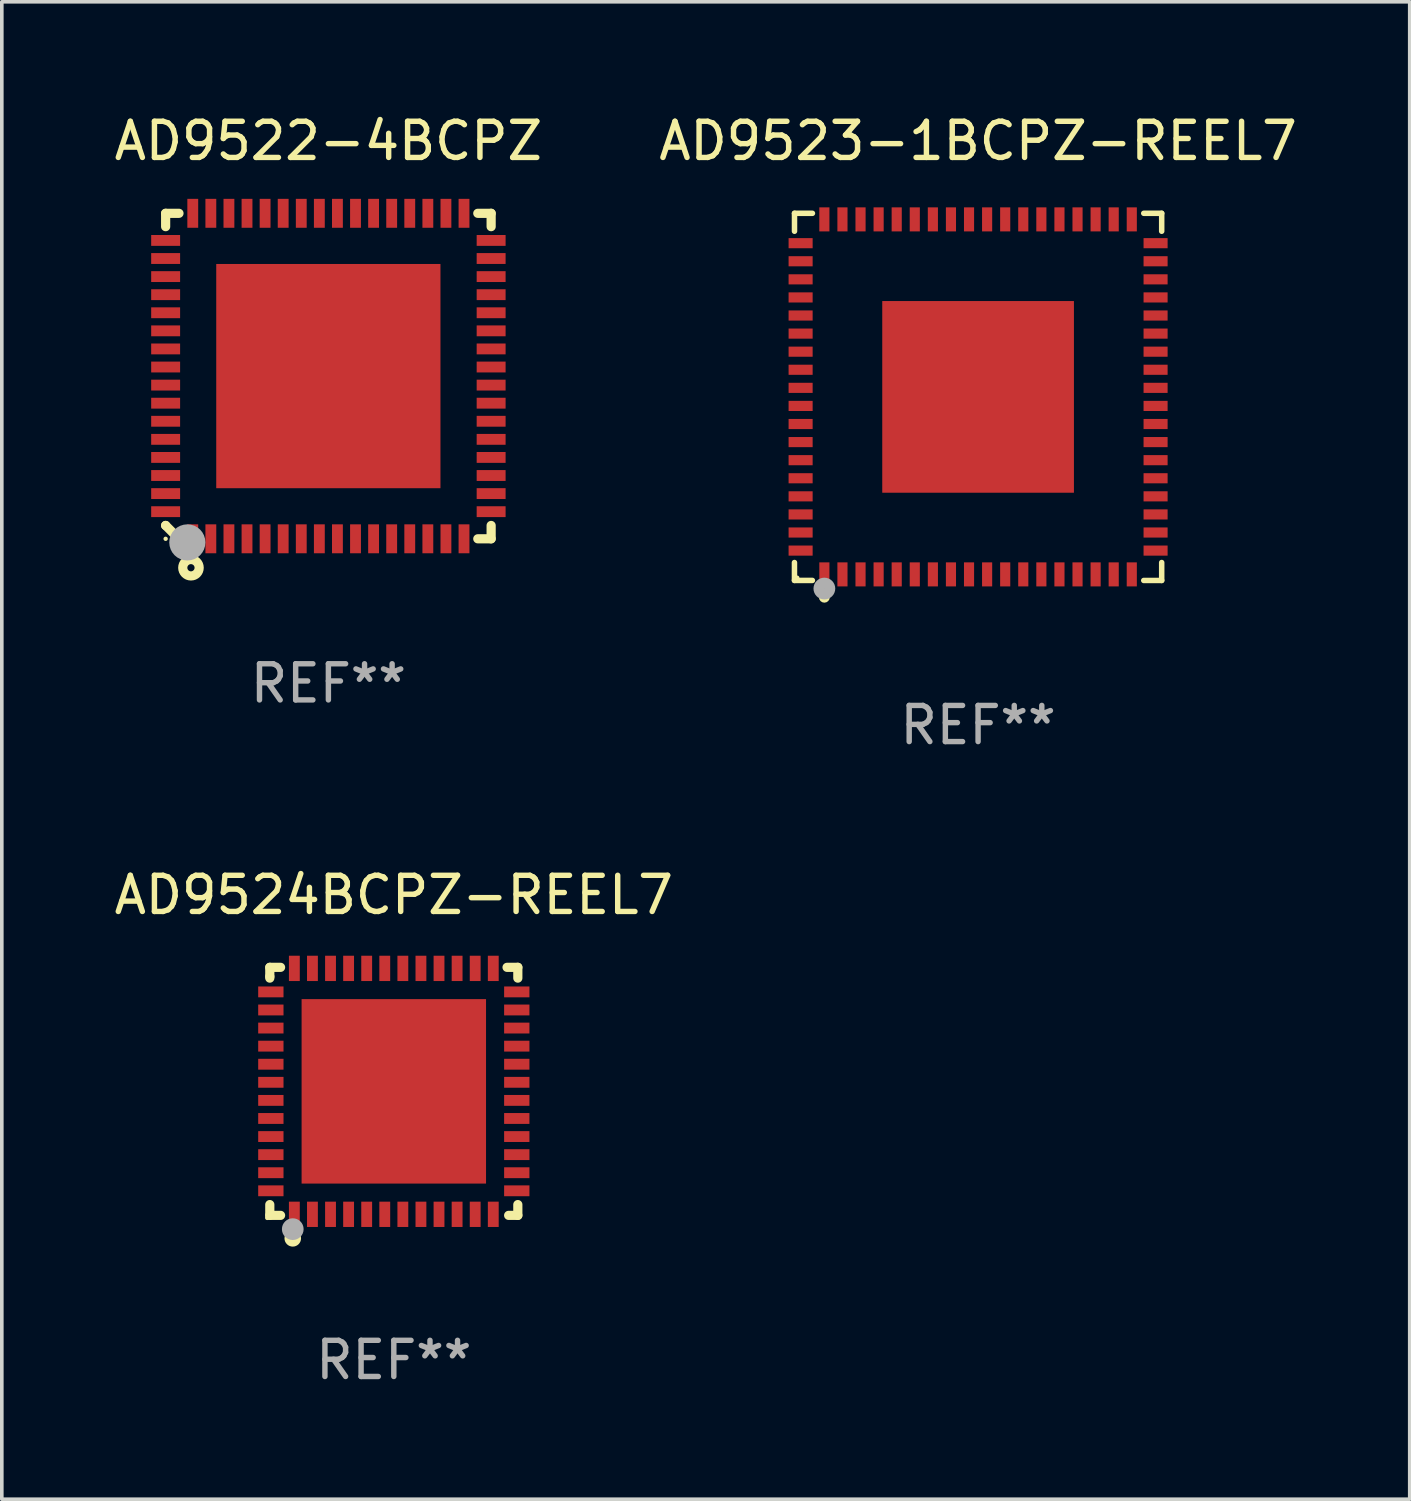
<source format=kicad_pcb>
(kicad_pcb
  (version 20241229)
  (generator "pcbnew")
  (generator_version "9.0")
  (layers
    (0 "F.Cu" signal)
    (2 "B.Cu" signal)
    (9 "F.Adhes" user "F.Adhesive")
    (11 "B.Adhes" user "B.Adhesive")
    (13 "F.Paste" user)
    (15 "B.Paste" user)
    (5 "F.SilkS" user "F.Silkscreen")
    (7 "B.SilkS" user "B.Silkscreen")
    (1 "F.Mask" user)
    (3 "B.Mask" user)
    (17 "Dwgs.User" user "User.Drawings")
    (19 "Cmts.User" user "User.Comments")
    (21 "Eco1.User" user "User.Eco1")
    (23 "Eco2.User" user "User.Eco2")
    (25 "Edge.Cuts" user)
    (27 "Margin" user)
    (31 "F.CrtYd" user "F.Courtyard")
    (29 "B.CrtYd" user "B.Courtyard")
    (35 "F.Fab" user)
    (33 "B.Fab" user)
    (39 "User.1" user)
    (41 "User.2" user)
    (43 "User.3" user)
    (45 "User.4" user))
  (footprint "AD9524BCPZ-REEL7"
    (layer "F.Cu")
    (at 7.839 27.126)
    (property "Reference" "AD9524BCPZ-REEL7" (at 0 -5.429 0) (layer "F.SilkS") (effects (font (size 1 1) (thickness 0.15))))
    (attr through_hole)
    (fp_line (start -3.429 -3.429) (end -3.429 -3.175) (stroke (width 0.254) (type solid)) (layer "F.SilkS"))
    (fp_line (start -3.429 -3.175) (end -3.429 -3.131) (stroke (width 0.254) (type solid)) (layer "F.SilkS"))
    (fp_line (start -3.429 3.131) (end -3.429 3.429) (stroke (width 0.254) (type solid)) (layer "F.SilkS"))
    (fp_line (start -3.429 3.429) (end -3.131 3.429) (stroke (width 0.254) (type solid)) (layer "F.SilkS"))
    (fp_line (start -3.131 -3.429) (end -3.429 -3.429) (stroke (width 0.254) (type solid)) (layer "F.SilkS"))
    (fp_line (start 3.131 -3.429) (end 3.429 -3.429) (stroke (width 0.254) (type solid)) (layer "F.SilkS"))
    (fp_line (start 3.429 -3.429) (end 3.429 -3.131) (stroke (width 0.254) (type solid)) (layer "F.SilkS"))
    (fp_line (start 3.429 3.131) (end 3.429 3.429) (stroke (width 0.254) (type solid)) (layer "F.SilkS"))
    (fp_line (start 3.429 3.429) (end 3.175 3.429) (stroke (width 0.254) (type solid)) (layer "F.SilkS"))
    (fp_circle (center -3.5 3.5) (end -3.47 3.5) (stroke (width 0.06) (type solid)) (fill no) (layer "F.SilkS"))
    (fp_circle (center -2.794 4.064) (end -2.667 4.064) (stroke (width 0.204) (type solid)) (fill no) (layer "F.SilkS"))
    (fp_circle (center -2.794 3.81) (end -2.644 3.81) (stroke (width 0.3) (type solid)) (fill no) (layer "F.Fab"))
    (fp_text user "REF**" (at 0 7.429 0) (layer "F.Fab") (effects (font (size 1 1) (thickness 0.15))))
    (pad "1" smd rect (at -2.75 3.4) (size 0.3 0.7) (layers "F.Cu" "F.Mask" "F.Paste"))
    (pad "2" smd rect (at -2.25 3.4) (size 0.3 0.7) (layers "F.Cu" "F.Mask" "F.Paste"))
    (pad "3" smd rect (at -1.75 3.4) (size 0.3 0.7) (layers "F.Cu" "F.Mask" "F.Paste"))
    (pad "4" smd rect (at -1.25 3.4) (size 0.3 0.7) (layers "F.Cu" "F.Mask" "F.Paste"))
    (pad "5" smd rect (at -0.75 3.4) (size 0.3 0.7) (layers "F.Cu" "F.Mask" "F.Paste"))
    (pad "6" smd rect (at -0.25 3.4) (size 0.3 0.7) (layers "F.Cu" "F.Mask" "F.Paste"))
    (pad "7" smd rect (at 0.25 3.4) (size 0.3 0.7) (layers "F.Cu" "F.Mask" "F.Paste"))
    (pad "8" smd rect (at 0.75 3.4) (size 0.3 0.7) (layers "F.Cu" "F.Mask" "F.Paste"))
    (pad "9" smd rect (at 1.25 3.4) (size 0.3 0.7) (layers "F.Cu" "F.Mask" "F.Paste"))
    (pad "10" smd rect (at 1.75 3.4) (size 0.3 0.7) (layers "F.Cu" "F.Mask" "F.Paste"))
    (pad "11" smd rect (at 2.25 3.4) (size 0.3 0.7) (layers "F.Cu" "F.Mask" "F.Paste"))
    (pad "12" smd rect (at 2.75 3.4) (size 0.3 0.7) (layers "F.Cu" "F.Mask" "F.Paste"))
    (pad "13" smd rect (at 3.4 2.75) (size 0.7 0.3) (layers "F.Cu" "F.Mask" "F.Paste"))
    (pad "14" smd rect (at 3.4 2.25) (size 0.7 0.3) (layers "F.Cu" "F.Mask" "F.Paste"))
    (pad "15" smd rect (at 3.4 1.75) (size 0.7 0.3) (layers "F.Cu" "F.Mask" "F.Paste"))
    (pad "16" smd rect (at 3.4 1.25) (size 0.7 0.3) (layers "F.Cu" "F.Mask" "F.Paste"))
    (pad "17" smd rect (at 3.4 0.75) (size 0.7 0.3) (layers "F.Cu" "F.Mask" "F.Paste"))
    (pad "18" smd rect (at 3.4 0.25) (size 0.7 0.3) (layers "F.Cu" "F.Mask" "F.Paste"))
    (pad "19" smd rect (at 3.4 -0.25) (size 0.7 0.3) (layers "F.Cu" "F.Mask" "F.Paste"))
    (pad "20" smd rect (at 3.4 -0.75) (size 0.7 0.3) (layers "F.Cu" "F.Mask" "F.Paste"))
    (pad "21" smd rect (at 3.4 -1.25) (size 0.7 0.3) (layers "F.Cu" "F.Mask" "F.Paste"))
    (pad "22" smd rect (at 3.4 -1.75) (size 0.7 0.3) (layers "F.Cu" "F.Mask" "F.Paste"))
    (pad "23" smd rect (at 3.4 -2.25) (size 0.7 0.3) (layers "F.Cu" "F.Mask" "F.Paste"))
    (pad "24" smd rect (at 3.4 -2.75) (size 0.7 0.3) (layers "F.Cu" "F.Mask" "F.Paste"))
    (pad "25" smd rect (at 2.75 -3.4) (size 0.3 0.7) (layers "F.Cu" "F.Mask" "F.Paste"))
    (pad "26" smd rect (at 2.25 -3.4) (size 0.3 0.7) (layers "F.Cu" "F.Mask" "F.Paste"))
    (pad "27" smd rect (at 1.75 -3.4) (size 0.3 0.7) (layers "F.Cu" "F.Mask" "F.Paste"))
    (pad "28" smd rect (at 1.25 -3.4) (size 0.3 0.7) (layers "F.Cu" "F.Mask" "F.Paste"))
    (pad "29" smd rect (at 0.75 -3.4) (size 0.3 0.7) (layers "F.Cu" "F.Mask" "F.Paste"))
    (pad "30" smd rect (at 0.25 -3.4) (size 0.3 0.7) (layers "F.Cu" "F.Mask" "F.Paste"))
    (pad "31" smd rect (at -0.25 -3.4) (size 0.3 0.7) (layers "F.Cu" "F.Mask" "F.Paste"))
    (pad "32" smd rect (at -0.75 -3.4) (size 0.3 0.7) (layers "F.Cu" "F.Mask" "F.Paste"))
    (pad "33" smd rect (at -1.25 -3.4) (size 0.3 0.7) (layers "F.Cu" "F.Mask" "F.Paste"))
    (pad "34" smd rect (at -1.75 -3.4) (size 0.3 0.7) (layers "F.Cu" "F.Mask" "F.Paste"))
    (pad "35" smd rect (at -2.25 -3.4) (size 0.3 0.7) (layers "F.Cu" "F.Mask" "F.Paste"))
    (pad "36" smd rect (at -2.75 -3.4) (size 0.3 0.7) (layers "F.Cu" "F.Mask" "F.Paste"))
    (pad "37" smd rect (at -3.4 -2.75) (size 0.7 0.3) (layers "F.Cu" "F.Mask" "F.Paste"))
    (pad "38" smd rect (at -3.4 -2.25) (size 0.7 0.3) (layers "F.Cu" "F.Mask" "F.Paste"))
    (pad "39" smd rect (at -3.4 -1.75) (size 0.7 0.3) (layers "F.Cu" "F.Mask" "F.Paste"))
    (pad "40" smd rect (at -3.4 -1.25) (size 0.7 0.3) (layers "F.Cu" "F.Mask" "F.Paste"))
    (pad "41" smd rect (at -3.4 -0.75) (size 0.7 0.3) (layers "F.Cu" "F.Mask" "F.Paste"))
    (pad "42" smd rect (at -3.4 -0.25) (size 0.7 0.3) (layers "F.Cu" "F.Mask" "F.Paste"))
    (pad "43" smd rect (at -3.4 0.25) (size 0.7 0.3) (layers "F.Cu" "F.Mask" "F.Paste"))
    (pad "44" smd rect (at -3.4 0.75) (size 0.7 0.3) (layers "F.Cu" "F.Mask" "F.Paste"))
    (pad "45" smd rect (at -3.4 1.25) (size 0.7 0.3) (layers "F.Cu" "F.Mask" "F.Paste"))
    (pad "46" smd rect (at -3.4 1.75) (size 0.7 0.3) (layers "F.Cu" "F.Mask" "F.Paste"))
    (pad "47" smd rect (at -3.4 2.25) (size 0.7 0.3) (layers "F.Cu" "F.Mask" "F.Paste"))
    (pad "48" smd rect (at -3.4 2.75) (size 0.7 0.3) (layers "F.Cu" "F.Mask" "F.Paste"))
    (pad "49" smd rect (at 0 0) (size 5.1 5.1) (layers "F.Cu" "F.Mask" "F.Paste")))
  (footprint "AD9523-1BCPZ-REEL7"
    (layer "F.Cu")
    (at 23.994 7.924)
    (property "Reference" "AD9523-1BCPZ-REEL7" (at 0 -7.076 0) (layer "F.SilkS") (effects (font (size 1 1) (thickness 0.15))))
    (attr through_hole)
    (fp_line (start -5.077 4.58) (end -5.077 5.075) (stroke (width 0.152) (type solid)) (layer "F.SilkS"))
    (fp_line (start -5.077 5.075) (end -4.581 5.075) (stroke (width 0.152) (type solid)) (layer "F.SilkS"))
    (fp_line (start -5.076 -5.076) (end -4.58 -5.076) (stroke (width 0.152) (type solid)) (layer "F.SilkS"))
    (fp_line (start -5.076 -4.58) (end -5.076 -5.076) (stroke (width 0.152) (type solid)) (layer "F.SilkS"))
    (fp_line (start 5.077 -5.076) (end 4.581 -5.076) (stroke (width 0.152) (type solid)) (layer "F.SilkS"))
    (fp_line (start 5.077 -4.58) (end 5.077 -5.076) (stroke (width 0.152) (type solid)) (layer "F.SilkS"))
    (fp_line (start 5.077 4.58) (end 5.077 5.076) (stroke (width 0.152) (type solid)) (layer "F.SilkS"))
    (fp_line (start 5.077 5.076) (end 4.581 5.076) (stroke (width 0.152) (type solid)) (layer "F.SilkS"))
    (fp_circle (center -5 5) (end -4.97 5) (stroke (width 0.06) (type solid)) (fill no) (layer "F.SilkS"))
    (fp_circle (center -4.25 5.54) (end -4.175 5.54) (stroke (width 0.15) (type solid)) (fill no) (layer "F.SilkS"))
    (fp_circle (center -4.25 5.3) (end -4.099 5.3) (stroke (width 0.3) (type solid)) (fill no) (layer "F.Fab"))
    (fp_text user "REF**" (at 0 9.076 0) (layer "F.Fab") (effects (font (size 1 1) (thickness 0.15))))
    (pad "1" smd rect (at -4.25 4.908) (size 0.28 0.665) (layers "F.Cu" "F.Mask" "F.Paste"))
    (pad "2" smd rect (at -3.75 4.908) (size 0.28 0.665) (layers "F.Cu" "F.Mask" "F.Paste"))
    (pad "3" smd rect (at -3.25 4.908) (size 0.28 0.665) (layers "F.Cu" "F.Mask" "F.Paste"))
    (pad "4" smd rect (at -2.75 4.908) (size 0.28 0.665) (layers "F.Cu" "F.Mask" "F.Paste"))
    (pad "5" smd rect (at -2.25 4.908) (size 0.28 0.665) (layers "F.Cu" "F.Mask" "F.Paste"))
    (pad "6" smd rect (at -1.75 4.908) (size 0.28 0.665) (layers "F.Cu" "F.Mask" "F.Paste"))
    (pad "7" smd rect (at -1.25 4.908) (size 0.28 0.665) (layers "F.Cu" "F.Mask" "F.Paste"))
    (pad "8" smd rect (at -0.75 4.908) (size 0.28 0.665) (layers "F.Cu" "F.Mask" "F.Paste"))
    (pad "9" smd rect (at -0.25 4.908) (size 0.28 0.665) (layers "F.Cu" "F.Mask" "F.Paste"))
    (pad "10" smd rect (at 0.25 4.908) (size 0.28 0.665) (layers "F.Cu" "F.Mask" "F.Paste"))
    (pad "11" smd rect (at 0.75 4.908) (size 0.28 0.665) (layers "F.Cu" "F.Mask" "F.Paste"))
    (pad "12" smd rect (at 1.25 4.908) (size 0.28 0.665) (layers "F.Cu" "F.Mask" "F.Paste"))
    (pad "13" smd rect (at 1.75 4.908) (size 0.28 0.665) (layers "F.Cu" "F.Mask" "F.Paste"))
    (pad "14" smd rect (at 2.25 4.908) (size 0.28 0.665) (layers "F.Cu" "F.Mask" "F.Paste"))
    (pad "15" smd rect (at 2.75 4.908) (size 0.28 0.665) (layers "F.Cu" "F.Mask" "F.Paste"))
    (pad "16" smd rect (at 3.25 4.908) (size 0.28 0.665) (layers "F.Cu" "F.Mask" "F.Paste"))
    (pad "17" smd rect (at 3.75 4.908) (size 0.28 0.665) (layers "F.Cu" "F.Mask" "F.Paste"))
    (pad "18" smd rect (at 4.25 4.908) (size 0.28 0.665) (layers "F.Cu" "F.Mask" "F.Paste"))
    (pad "19" smd rect (at 4.908 4.25) (size 0.665 0.28) (layers "F.Cu" "F.Mask" "F.Paste"))
    (pad "20" smd rect (at 4.908 3.75) (size 0.665 0.28) (layers "F.Cu" "F.Mask" "F.Paste"))
    (pad "21" smd rect (at 4.908 3.25) (size 0.665 0.28) (layers "F.Cu" "F.Mask" "F.Paste"))
    (pad "22" smd rect (at 4.908 2.75) (size 0.665 0.28) (layers "F.Cu" "F.Mask" "F.Paste"))
    (pad "23" smd rect (at 4.908 2.25) (size 0.665 0.28) (layers "F.Cu" "F.Mask" "F.Paste"))
    (pad "24" smd rect (at 4.908 1.75) (size 0.665 0.28) (layers "F.Cu" "F.Mask" "F.Paste"))
    (pad "25" smd rect (at 4.908 1.25) (size 0.665 0.28) (layers "F.Cu" "F.Mask" "F.Paste"))
    (pad "26" smd rect (at 4.908 0.75) (size 0.665 0.28) (layers "F.Cu" "F.Mask" "F.Paste"))
    (pad "27" smd rect (at 4.908 0.25) (size 0.665 0.28) (layers "F.Cu" "F.Mask" "F.Paste"))
    (pad "28" smd rect (at 4.908 -0.25) (size 0.665 0.28) (layers "F.Cu" "F.Mask" "F.Paste"))
    (pad "29" smd rect (at 4.908 -0.75) (size 0.665 0.28) (layers "F.Cu" "F.Mask" "F.Paste"))
    (pad "30" smd rect (at 4.908 -1.25) (size 0.665 0.28) (layers "F.Cu" "F.Mask" "F.Paste"))
    (pad "31" smd rect (at 4.908 -1.75) (size 0.665 0.28) (layers "F.Cu" "F.Mask" "F.Paste"))
    (pad "32" smd rect (at 4.908 -2.25) (size 0.665 0.28) (layers "F.Cu" "F.Mask" "F.Paste"))
    (pad "33" smd rect (at 4.908 -2.75) (size 0.665 0.28) (layers "F.Cu" "F.Mask" "F.Paste"))
    (pad "34" smd rect (at 4.908 -3.25) (size 0.665 0.28) (layers "F.Cu" "F.Mask" "F.Paste"))
    (pad "35" smd rect (at 4.908 -3.75) (size 0.665 0.28) (layers "F.Cu" "F.Mask" "F.Paste"))
    (pad "36" smd rect (at 4.908 -4.25) (size 0.665 0.28) (layers "F.Cu" "F.Mask" "F.Paste"))
    (pad "37" smd rect (at 4.25 -4.908) (size 0.28 0.665) (layers "F.Cu" "F.Mask" "F.Paste"))
    (pad "38" smd rect (at 3.75 -4.908) (size 0.28 0.665) (layers "F.Cu" "F.Mask" "F.Paste"))
    (pad "39" smd rect (at 3.25 -4.908) (size 0.28 0.665) (layers "F.Cu" "F.Mask" "F.Paste"))
    (pad "40" smd rect (at 2.75 -4.908) (size 0.28 0.665) (layers "F.Cu" "F.Mask" "F.Paste"))
    (pad "41" smd rect (at 2.25 -4.908) (size 0.28 0.665) (layers "F.Cu" "F.Mask" "F.Paste"))
    (pad "42" smd rect (at 1.75 -4.908) (size 0.28 0.665) (layers "F.Cu" "F.Mask" "F.Paste"))
    (pad "43" smd rect (at 1.25 -4.908) (size 0.28 0.665) (layers "F.Cu" "F.Mask" "F.Paste"))
    (pad "44" smd rect (at 0.75 -4.908) (size 0.28 0.665) (layers "F.Cu" "F.Mask" "F.Paste"))
    (pad "45" smd rect (at 0.25 -4.908) (size 0.28 0.665) (layers "F.Cu" "F.Mask" "F.Paste"))
    (pad "46" smd rect (at -0.25 -4.908) (size 0.28 0.665) (layers "F.Cu" "F.Mask" "F.Paste"))
    (pad "47" smd rect (at -0.75 -4.908) (size 0.28 0.665) (layers "F.Cu" "F.Mask" "F.Paste"))
    (pad "48" smd rect (at -1.25 -4.908) (size 0.28 0.665) (layers "F.Cu" "F.Mask" "F.Paste"))
    (pad "49" smd rect (at -1.75 -4.908) (size 0.28 0.665) (layers "F.Cu" "F.Mask" "F.Paste"))
    (pad "50" smd rect (at -2.25 -4.908) (size 0.28 0.665) (layers "F.Cu" "F.Mask" "F.Paste"))
    (pad "51" smd rect (at -2.75 -4.908) (size 0.28 0.665) (layers "F.Cu" "F.Mask" "F.Paste"))
    (pad "52" smd rect (at -3.25 -4.908) (size 0.28 0.665) (layers "F.Cu" "F.Mask" "F.Paste"))
    (pad "53" smd rect (at -3.75 -4.908) (size 0.28 0.665) (layers "F.Cu" "F.Mask" "F.Paste"))
    (pad "54" smd rect (at -4.25 -4.908) (size 0.28 0.665) (layers "F.Cu" "F.Mask" "F.Paste"))
    (pad "55" smd rect (at -4.907 -4.25) (size 0.665 0.28) (layers "F.Cu" "F.Mask" "F.Paste"))
    (pad "56" smd rect (at -4.907 -3.75) (size 0.665 0.28) (layers "F.Cu" "F.Mask" "F.Paste"))
    (pad "57" smd rect (at -4.907 -3.25) (size 0.665 0.28) (layers "F.Cu" "F.Mask" "F.Paste"))
    (pad "58" smd rect (at -4.907 -2.75) (size 0.665 0.28) (layers "F.Cu" "F.Mask" "F.Paste"))
    (pad "59" smd rect (at -4.907 -2.25) (size 0.665 0.28) (layers "F.Cu" "F.Mask" "F.Paste"))
    (pad "60" smd rect (at -4.907 -1.75) (size 0.665 0.28) (layers "F.Cu" "F.Mask" "F.Paste"))
    (pad "61" smd rect (at -4.907 -1.25) (size 0.665 0.28) (layers "F.Cu" "F.Mask" "F.Paste"))
    (pad "62" smd rect (at -4.907 -0.75) (size 0.665 0.28) (layers "F.Cu" "F.Mask" "F.Paste"))
    (pad "63" smd rect (at -4.907 -0.25) (size 0.665 0.28) (layers "F.Cu" "F.Mask" "F.Paste"))
    (pad "64" smd rect (at -4.907 0.25) (size 0.665 0.28) (layers "F.Cu" "F.Mask" "F.Paste"))
    (pad "65" smd rect (at -4.907 0.75) (size 0.665 0.28) (layers "F.Cu" "F.Mask" "F.Paste"))
    (pad "66" smd rect (at -4.907 1.25) (size 0.665 0.28) (layers "F.Cu" "F.Mask" "F.Paste"))
    (pad "67" smd rect (at -4.907 1.75) (size 0.665 0.28) (layers "F.Cu" "F.Mask" "F.Paste"))
    (pad "68" smd rect (at -4.907 2.25) (size 0.665 0.28) (layers "F.Cu" "F.Mask" "F.Paste"))
    (pad "69" smd rect (at -4.907 2.75) (size 0.665 0.28) (layers "F.Cu" "F.Mask" "F.Paste"))
    (pad "70" smd rect (at -4.907 3.25) (size 0.665 0.28) (layers "F.Cu" "F.Mask" "F.Paste"))
    (pad "71" smd rect (at -4.907 3.75) (size 0.665 0.28) (layers "F.Cu" "F.Mask" "F.Paste"))
    (pad "72" smd rect (at -4.907 4.25) (size 0.665 0.28) (layers "F.Cu" "F.Mask" "F.Paste"))
    (pad "73" smd rect (at 0.000381 0.000025) (size 5.3 5.3) (layers "F.Cu" "F.Mask" "F.Paste")))
  (footprint "AD9522-4BCPZ"
    (layer "F.Cu")
    (at 6.03 7.348)
    (property "Reference" "AD9522-4BCPZ" (at 0 -6.5 0) (layer "F.SilkS") (effects (font (size 1 1) (thickness 0.15))))
    (attr through_hole)
    (fp_line (start -4.5 -4.5) (end -4.5 -4.131) (stroke (width 0.254) (type solid)) (layer "F.SilkS"))
    (fp_line (start -4.5 4.131) (end -4.5 4.131) (stroke (width 0.254) (type solid)) (layer "F.SilkS"))
    (fp_line (start -4.5 4.131) (end -4.131 4.5) (stroke (width 0.254) (type solid)) (layer "F.SilkS"))
    (fp_line (start -4.131 -4.5) (end -4.5 -4.5) (stroke (width 0.254) (type solid)) (layer "F.SilkS"))
    (fp_line (start 4.131 4.5) (end 4.5 4.5) (stroke (width 0.254) (type solid)) (layer "F.SilkS"))
    (fp_line (start 4.5 -4.5) (end 4.131 -4.5) (stroke (width 0.254) (type solid)) (layer "F.SilkS"))
    (fp_line (start 4.5 -4.131) (end 4.5 -4.5) (stroke (width 0.254) (type solid)) (layer "F.SilkS"))
    (fp_line (start 4.5 4.5) (end 4.5 4.131) (stroke (width 0.254) (type solid)) (layer "F.SilkS"))
    (fp_circle (center -4.5 4.5) (end -4.47 4.5) (stroke (width 0.06) (type solid)) (fill no) (layer "F.SilkS"))
    (fp_circle (center -3.8 5.3) (end -3.7 5.3) (stroke (width 0.254) (type solid)) (fill no) (layer "F.SilkS"))
    (fp_circle (center -3.9 4.6) (end -3.65 4.6) (stroke (width 0.5) (type solid)) (fill no) (layer "F.Fab"))
    (fp_text user "REF**" (at 0 8.5 0) (layer "F.Fab") (effects (font (size 1 1) (thickness 0.15))))
    (pad "1" smd rect (at -3.75 4.5) (size 0.3 0.8) (layers "F.Cu" "F.Mask" "F.Paste"))
    (pad "2" smd rect (at -3.25 4.5) (size 0.3 0.8) (layers "F.Cu" "F.Mask" "F.Paste"))
    (pad "3" smd rect (at -2.75 4.5) (size 0.3 0.8) (layers "F.Cu" "F.Mask" "F.Paste"))
    (pad "4" smd rect (at -2.25 4.5) (size 0.3 0.8) (layers "F.Cu" "F.Mask" "F.Paste"))
    (pad "5" smd rect (at -1.75 4.5) (size 0.3 0.8) (layers "F.Cu" "F.Mask" "F.Paste"))
    (pad "6" smd rect (at -1.25 4.5) (size 0.3 0.8) (layers "F.Cu" "F.Mask" "F.Paste"))
    (pad "7" smd rect (at -0.75 4.5) (size 0.3 0.8) (layers "F.Cu" "F.Mask" "F.Paste"))
    (pad "8" smd rect (at -0.25 4.5) (size 0.3 0.8) (layers "F.Cu" "F.Mask" "F.Paste"))
    (pad "9" smd rect (at 0.25 4.5) (size 0.3 0.8) (layers "F.Cu" "F.Mask" "F.Paste"))
    (pad "10" smd rect (at 0.75 4.5) (size 0.3 0.8) (layers "F.Cu" "F.Mask" "F.Paste"))
    (pad "11" smd rect (at 1.25 4.5) (size 0.3 0.8) (layers "F.Cu" "F.Mask" "F.Paste"))
    (pad "12" smd rect (at 1.75 4.5) (size 0.3 0.8) (layers "F.Cu" "F.Mask" "F.Paste"))
    (pad "13" smd rect (at 2.25 4.5) (size 0.3 0.8) (layers "F.Cu" "F.Mask" "F.Paste"))
    (pad "14" smd rect (at 2.75 4.5) (size 0.3 0.8) (layers "F.Cu" "F.Mask" "F.Paste"))
    (pad "15" smd rect (at 3.25 4.5) (size 0.3 0.8) (layers "F.Cu" "F.Mask" "F.Paste"))
    (pad "16" smd rect (at 3.75 4.5) (size 0.3 0.8) (layers "F.Cu" "F.Mask" "F.Paste"))
    (pad "17" smd rect (at 4.5 3.75) (size 0.8 0.3) (layers "F.Cu" "F.Mask" "F.Paste"))
    (pad "18" smd rect (at 4.5 3.25) (size 0.8 0.3) (layers "F.Cu" "F.Mask" "F.Paste"))
    (pad "19" smd rect (at 4.5 2.75) (size 0.8 0.3) (layers "F.Cu" "F.Mask" "F.Paste"))
    (pad "20" smd rect (at 4.5 2.25) (size 0.8 0.3) (layers "F.Cu" "F.Mask" "F.Paste"))
    (pad "21" smd rect (at 4.5 1.75) (size 0.8 0.3) (layers "F.Cu" "F.Mask" "F.Paste"))
    (pad "22" smd rect (at 4.5 1.25) (size 0.8 0.3) (layers "F.Cu" "F.Mask" "F.Paste"))
    (pad "23" smd rect (at 4.5 0.75) (size 0.8 0.3) (layers "F.Cu" "F.Mask" "F.Paste"))
    (pad "24" smd rect (at 4.5 0.25) (size 0.8 0.3) (layers "F.Cu" "F.Mask" "F.Paste"))
    (pad "25" smd rect (at 4.5 -0.25) (size 0.8 0.3) (layers "F.Cu" "F.Mask" "F.Paste"))
    (pad "26" smd rect (at 4.5 -0.75) (size 0.8 0.3) (layers "F.Cu" "F.Mask" "F.Paste"))
    (pad "27" smd rect (at 4.5 -1.25) (size 0.8 0.3) (layers "F.Cu" "F.Mask" "F.Paste"))
    (pad "28" smd rect (at 4.5 -1.75) (size 0.8 0.3) (layers "F.Cu" "F.Mask" "F.Paste"))
    (pad "29" smd rect (at 4.5 -2.25) (size 0.8 0.3) (layers "F.Cu" "F.Mask" "F.Paste"))
    (pad "30" smd rect (at 4.5 -2.75) (size 0.8 0.3) (layers "F.Cu" "F.Mask" "F.Paste"))
    (pad "31" smd rect (at 4.5 -3.25) (size 0.8 0.3) (layers "F.Cu" "F.Mask" "F.Paste"))
    (pad "32" smd rect (at 4.5 -3.75) (size 0.8 0.3) (layers "F.Cu" "F.Mask" "F.Paste"))
    (pad "33" smd rect (at 3.75 -4.5) (size 0.3 0.8) (layers "F.Cu" "F.Mask" "F.Paste"))
    (pad "34" smd rect (at 3.25 -4.5) (size 0.3 0.8) (layers "F.Cu" "F.Mask" "F.Paste"))
    (pad "35" smd rect (at 2.75 -4.5) (size 0.3 0.8) (layers "F.Cu" "F.Mask" "F.Paste"))
    (pad "36" smd rect (at 2.25 -4.5) (size 0.3 0.8) (layers "F.Cu" "F.Mask" "F.Paste"))
    (pad "37" smd rect (at 1.75 -4.5) (size 0.3 0.8) (layers "F.Cu" "F.Mask" "F.Paste"))
    (pad "38" smd rect (at 1.25 -4.5) (size 0.3 0.8) (layers "F.Cu" "F.Mask" "F.Paste"))
    (pad "39" smd rect (at 0.75 -4.5) (size 0.3 0.8) (layers "F.Cu" "F.Mask" "F.Paste"))
    (pad "40" smd rect (at 0.25 -4.5) (size 0.3 0.8) (layers "F.Cu" "F.Mask" "F.Paste"))
    (pad "41" smd rect (at -0.25 -4.5) (size 0.3 0.8) (layers "F.Cu" "F.Mask" "F.Paste"))
    (pad "42" smd rect (at -0.75 -4.5) (size 0.3 0.8) (layers "F.Cu" "F.Mask" "F.Paste"))
    (pad "43" smd rect (at -1.25 -4.5) (size 0.3 0.8) (layers "F.Cu" "F.Mask" "F.Paste"))
    (pad "44" smd rect (at -1.75 -4.5) (size 0.3 0.8) (layers "F.Cu" "F.Mask" "F.Paste"))
    (pad "45" smd rect (at -2.25 -4.5) (size 0.3 0.8) (layers "F.Cu" "F.Mask" "F.Paste"))
    (pad "46" smd rect (at -2.75 -4.5) (size 0.3 0.8) (layers "F.Cu" "F.Mask" "F.Paste"))
    (pad "47" smd rect (at -3.25 -4.5) (size 0.3 0.8) (layers "F.Cu" "F.Mask" "F.Paste"))
    (pad "48" smd rect (at -3.75 -4.5) (size 0.3 0.8) (layers "F.Cu" "F.Mask" "F.Paste"))
    (pad "49" smd rect (at -4.5 -3.75) (size 0.8 0.3) (layers "F.Cu" "F.Mask" "F.Paste"))
    (pad "50" smd rect (at -4.5 -3.25) (size 0.8 0.3) (layers "F.Cu" "F.Mask" "F.Paste"))
    (pad "51" smd rect (at -4.5 -2.75) (size 0.8 0.3) (layers "F.Cu" "F.Mask" "F.Paste"))
    (pad "52" smd rect (at -4.5 -2.25) (size 0.8 0.3) (layers "F.Cu" "F.Mask" "F.Paste"))
    (pad "53" smd rect (at -4.5 -1.75) (size 0.8 0.3) (layers "F.Cu" "F.Mask" "F.Paste"))
    (pad "54" smd rect (at -4.5 -1.25) (size 0.8 0.3) (layers "F.Cu" "F.Mask" "F.Paste"))
    (pad "55" smd rect (at -4.5 -0.75) (size 0.8 0.3) (layers "F.Cu" "F.Mask" "F.Paste"))
    (pad "56" smd rect (at -4.5 -0.25) (size 0.8 0.3) (layers "F.Cu" "F.Mask" "F.Paste"))
    (pad "57" smd rect (at -4.5 0.25) (size 0.8 0.3) (layers "F.Cu" "F.Mask" "F.Paste"))
    (pad "58" smd rect (at -4.5 0.75) (size 0.8 0.3) (layers "F.Cu" "F.Mask" "F.Paste"))
    (pad "59" smd rect (at -4.5 1.25) (size 0.8 0.3) (layers "F.Cu" "F.Mask" "F.Paste"))
    (pad "60" smd rect (at -4.5 1.75) (size 0.8 0.3) (layers "F.Cu" "F.Mask" "F.Paste"))
    (pad "61" smd rect (at -4.5 2.25) (size 0.8 0.3) (layers "F.Cu" "F.Mask" "F.Paste"))
    (pad "62" smd rect (at -4.5 2.75) (size 0.8 0.3) (layers "F.Cu" "F.Mask" "F.Paste"))
    (pad "63" smd rect (at -4.5 3.25) (size 0.8 0.3) (layers "F.Cu" "F.Mask" "F.Paste"))
    (pad "64" smd rect (at -4.5 3.75) (size 0.8 0.3) (layers "F.Cu" "F.Mask" "F.Paste"))
    (pad "65" smd rect (at -0.001 0.001) (size 6.2 6.2) (layers "F.Cu" "F.Mask" "F.Paste")))
  (gr_rect
    (start -3 -3)
    (end 35.929 38.403)
    (stroke (width 0.1) (type default))
    (fill no)
    (layer "Edge.Cuts")))
</source>
